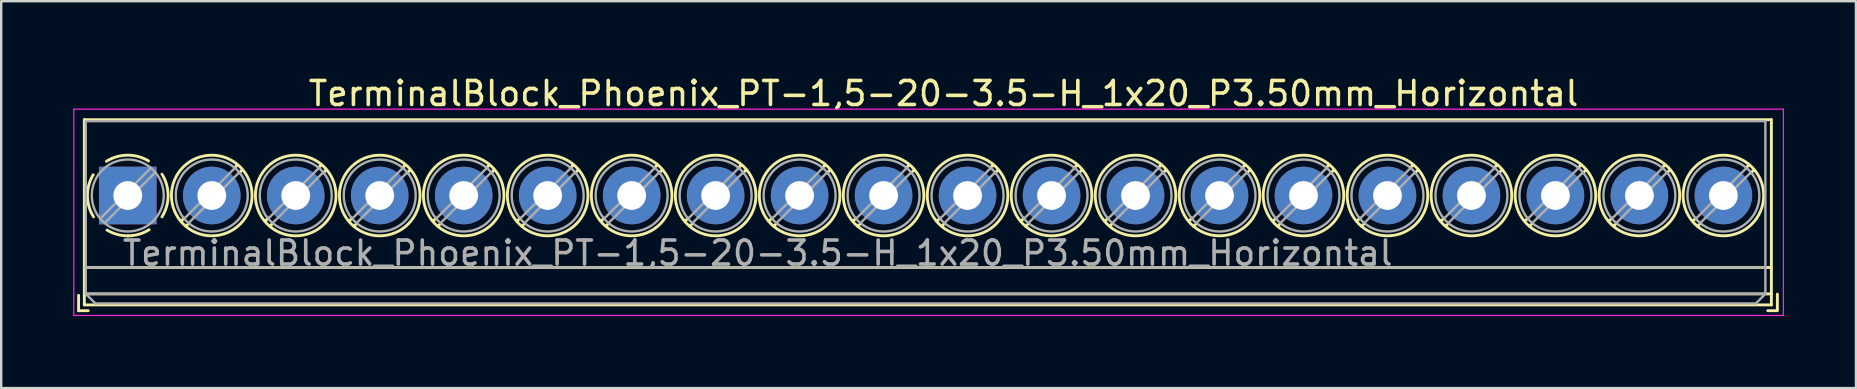
<source format=kicad_pcb>
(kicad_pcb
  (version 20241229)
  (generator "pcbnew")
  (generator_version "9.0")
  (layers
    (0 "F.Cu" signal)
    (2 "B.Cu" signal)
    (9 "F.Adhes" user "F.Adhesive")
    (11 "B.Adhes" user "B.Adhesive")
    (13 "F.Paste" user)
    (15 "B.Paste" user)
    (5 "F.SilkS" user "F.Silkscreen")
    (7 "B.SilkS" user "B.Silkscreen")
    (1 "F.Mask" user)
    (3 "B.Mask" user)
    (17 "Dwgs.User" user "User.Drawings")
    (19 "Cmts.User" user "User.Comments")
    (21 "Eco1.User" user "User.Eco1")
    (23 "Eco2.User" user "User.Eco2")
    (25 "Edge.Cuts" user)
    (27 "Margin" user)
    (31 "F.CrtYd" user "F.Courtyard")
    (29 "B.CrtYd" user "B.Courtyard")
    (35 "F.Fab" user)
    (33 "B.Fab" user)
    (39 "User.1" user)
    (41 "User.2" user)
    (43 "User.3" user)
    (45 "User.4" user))
  (footprint "TerminalBlock_Phoenix_PT-1,5-20-3.5-H_1x20_P3.50mm_Horizontal"
    (layer "F.Cu")
    (at 2.275 5.098)
    (property "Reference" "TerminalBlock_Phoenix_PT-1,5-20-3.5-H_1x20_P3.50mm_Horizontal" (at 34 -4.25 0) (layer "F.SilkS") (effects (font (size 1 1) (thickness 0.15))))
    (attr through_hole)
    (fp_line (start -2.05 4.16) (end -2.05 4.8) (stroke (width 0.12) (type solid)) (layer "F.SilkS"))
    (fp_line (start -2.05 4.8) (end -1.65 4.8) (stroke (width 0.12) (type solid)) (layer "F.SilkS"))
    (fp_line (start -1.81 -3.16) (end -1.81 4.56) (stroke (width 0.12) (type solid)) (layer "F.SilkS"))
    (fp_line (start -1.81 -3.16) (end 68.5 -3.16) (stroke (width 0.12) (type solid)) (layer "F.SilkS"))
    (fp_line (start -1.81 3) (end 68.5 3) (stroke (width 0.12) (type solid)) (layer "F.SilkS"))
    (fp_line (start -1.81 4.1) (end 68.5 4.1) (stroke (width 0.12) (type solid)) (layer "F.SilkS"))
    (fp_line (start -1.81 4.56) (end 68.5 4.56) (stroke (width 0.12) (type solid)) (layer "F.SilkS"))
    (fp_line (start 2.355 0.941) (end 2.226 1.069) (stroke (width 0.12) (type solid)) (layer "F.SilkS"))
    (fp_line (start 2.525 1.181) (end 2.431 1.274) (stroke (width 0.12) (type solid)) (layer "F.SilkS"))
    (fp_line (start 4.57 -1.275) (end 4.476 -1.181) (stroke (width 0.12) (type solid)) (layer "F.SilkS"))
    (fp_line (start 4.775 -1.069) (end 4.646 -0.941) (stroke (width 0.12) (type solid)) (layer "F.SilkS"))
    (fp_line (start 5.855 0.941) (end 5.726 1.069) (stroke (width 0.12) (type solid)) (layer "F.SilkS"))
    (fp_line (start 6.025 1.181) (end 5.931 1.274) (stroke (width 0.12) (type solid)) (layer "F.SilkS"))
    (fp_line (start 8.07 -1.275) (end 7.976 -1.181) (stroke (width 0.12) (type solid)) (layer "F.SilkS"))
    (fp_line (start 8.275 -1.069) (end 8.146 -0.941) (stroke (width 0.12) (type solid)) (layer "F.SilkS"))
    (fp_line (start 9.355 0.941) (end 9.226 1.069) (stroke (width 0.12) (type solid)) (layer "F.SilkS"))
    (fp_line (start 9.525 1.181) (end 9.431 1.274) (stroke (width 0.12) (type solid)) (layer "F.SilkS"))
    (fp_line (start 11.57 -1.275) (end 11.476 -1.181) (stroke (width 0.12) (type solid)) (layer "F.SilkS"))
    (fp_line (start 11.775 -1.069) (end 11.646 -0.941) (stroke (width 0.12) (type solid)) (layer "F.SilkS"))
    (fp_line (start 12.855 0.941) (end 12.726 1.069) (stroke (width 0.12) (type solid)) (layer "F.SilkS"))
    (fp_line (start 13.025 1.181) (end 12.931 1.274) (stroke (width 0.12) (type solid)) (layer "F.SilkS"))
    (fp_line (start 15.07 -1.275) (end 14.976 -1.181) (stroke (width 0.12) (type solid)) (layer "F.SilkS"))
    (fp_line (start 15.275 -1.069) (end 15.146 -0.941) (stroke (width 0.12) (type solid)) (layer "F.SilkS"))
    (fp_line (start 16.355 0.941) (end 16.226 1.069) (stroke (width 0.12) (type solid)) (layer "F.SilkS"))
    (fp_line (start 16.525 1.181) (end 16.431 1.274) (stroke (width 0.12) (type solid)) (layer "F.SilkS"))
    (fp_line (start 18.57 -1.275) (end 18.476 -1.181) (stroke (width 0.12) (type solid)) (layer "F.SilkS"))
    (fp_line (start 18.775 -1.069) (end 18.646 -0.941) (stroke (width 0.12) (type solid)) (layer "F.SilkS"))
    (fp_line (start 19.855 0.941) (end 19.726 1.069) (stroke (width 0.12) (type solid)) (layer "F.SilkS"))
    (fp_line (start 20.025 1.181) (end 19.931 1.274) (stroke (width 0.12) (type solid)) (layer "F.SilkS"))
    (fp_line (start 22.07 -1.275) (end 21.976 -1.181) (stroke (width 0.12) (type solid)) (layer "F.SilkS"))
    (fp_line (start 22.275 -1.069) (end 22.146 -0.941) (stroke (width 0.12) (type solid)) (layer "F.SilkS"))
    (fp_line (start 23.355 0.941) (end 23.226 1.069) (stroke (width 0.12) (type solid)) (layer "F.SilkS"))
    (fp_line (start 23.525 1.181) (end 23.431 1.274) (stroke (width 0.12) (type solid)) (layer "F.SilkS"))
    (fp_line (start 25.57 -1.275) (end 25.476 -1.181) (stroke (width 0.12) (type solid)) (layer "F.SilkS"))
    (fp_line (start 25.775 -1.069) (end 25.646 -0.941) (stroke (width 0.12) (type solid)) (layer "F.SilkS"))
    (fp_line (start 26.855 0.941) (end 26.726 1.069) (stroke (width 0.12) (type solid)) (layer "F.SilkS"))
    (fp_line (start 27.025 1.181) (end 26.931 1.274) (stroke (width 0.12) (type solid)) (layer "F.SilkS"))
    (fp_line (start 29.07 -1.275) (end 28.976 -1.181) (stroke (width 0.12) (type solid)) (layer "F.SilkS"))
    (fp_line (start 29.275 -1.069) (end 29.146 -0.941) (stroke (width 0.12) (type solid)) (layer "F.SilkS"))
    (fp_line (start 30.355 0.941) (end 30.226 1.069) (stroke (width 0.12) (type solid)) (layer "F.SilkS"))
    (fp_line (start 30.525 1.181) (end 30.431 1.274) (stroke (width 0.12) (type solid)) (layer "F.SilkS"))
    (fp_line (start 32.57 -1.275) (end 32.476 -1.181) (stroke (width 0.12) (type solid)) (layer "F.SilkS"))
    (fp_line (start 32.775 -1.069) (end 32.646 -0.941) (stroke (width 0.12) (type solid)) (layer "F.SilkS"))
    (fp_line (start 33.855 0.941) (end 33.726 1.069) (stroke (width 0.12) (type solid)) (layer "F.SilkS"))
    (fp_line (start 34.025 1.181) (end 33.931 1.274) (stroke (width 0.12) (type solid)) (layer "F.SilkS"))
    (fp_line (start 36.07 -1.275) (end 35.976 -1.181) (stroke (width 0.12) (type solid)) (layer "F.SilkS"))
    (fp_line (start 36.275 -1.069) (end 36.146 -0.941) (stroke (width 0.12) (type solid)) (layer "F.SilkS"))
    (fp_line (start 37.355 0.941) (end 37.226 1.069) (stroke (width 0.12) (type solid)) (layer "F.SilkS"))
    (fp_line (start 37.525 1.181) (end 37.431 1.274) (stroke (width 0.12) (type solid)) (layer "F.SilkS"))
    (fp_line (start 39.57 -1.275) (end 39.476 -1.181) (stroke (width 0.12) (type solid)) (layer "F.SilkS"))
    (fp_line (start 39.775 -1.069) (end 39.646 -0.941) (stroke (width 0.12) (type solid)) (layer "F.SilkS"))
    (fp_line (start 40.855 0.941) (end 40.726 1.069) (stroke (width 0.12) (type solid)) (layer "F.SilkS"))
    (fp_line (start 41.025 1.181) (end 40.931 1.274) (stroke (width 0.12) (type solid)) (layer "F.SilkS"))
    (fp_line (start 43.07 -1.275) (end 42.976 -1.181) (stroke (width 0.12) (type solid)) (layer "F.SilkS"))
    (fp_line (start 43.275 -1.069) (end 43.146 -0.941) (stroke (width 0.12) (type solid)) (layer "F.SilkS"))
    (fp_line (start 44.355 0.941) (end 44.226 1.069) (stroke (width 0.12) (type solid)) (layer "F.SilkS"))
    (fp_line (start 44.525 1.181) (end 44.431 1.274) (stroke (width 0.12) (type solid)) (layer "F.SilkS"))
    (fp_line (start 46.57 -1.275) (end 46.476 -1.181) (stroke (width 0.12) (type solid)) (layer "F.SilkS"))
    (fp_line (start 46.775 -1.069) (end 46.646 -0.941) (stroke (width 0.12) (type solid)) (layer "F.SilkS"))
    (fp_line (start 47.855 0.941) (end 47.726 1.069) (stroke (width 0.12) (type solid)) (layer "F.SilkS"))
    (fp_line (start 48.025 1.181) (end 47.931 1.274) (stroke (width 0.12) (type solid)) (layer "F.SilkS"))
    (fp_line (start 50.07 -1.275) (end 49.976 -1.181) (stroke (width 0.12) (type solid)) (layer "F.SilkS"))
    (fp_line (start 50.275 -1.069) (end 50.146 -0.941) (stroke (width 0.12) (type solid)) (layer "F.SilkS"))
    (fp_line (start 51.355 0.941) (end 51.226 1.069) (stroke (width 0.12) (type solid)) (layer "F.SilkS"))
    (fp_line (start 51.525 1.181) (end 51.431 1.274) (stroke (width 0.12) (type solid)) (layer "F.SilkS"))
    (fp_line (start 53.57 -1.275) (end 53.476 -1.181) (stroke (width 0.12) (type solid)) (layer "F.SilkS"))
    (fp_line (start 53.775 -1.069) (end 53.646 -0.941) (stroke (width 0.12) (type solid)) (layer "F.SilkS"))
    (fp_line (start 54.855 0.941) (end 54.726 1.069) (stroke (width 0.12) (type solid)) (layer "F.SilkS"))
    (fp_line (start 55.025 1.181) (end 54.931 1.274) (stroke (width 0.12) (type solid)) (layer "F.SilkS"))
    (fp_line (start 57.07 -1.275) (end 56.976 -1.181) (stroke (width 0.12) (type solid)) (layer "F.SilkS"))
    (fp_line (start 57.275 -1.069) (end 57.146 -0.941) (stroke (width 0.12) (type solid)) (layer "F.SilkS"))
    (fp_line (start 58.355 0.941) (end 58.226 1.069) (stroke (width 0.12) (type solid)) (layer "F.SilkS"))
    (fp_line (start 58.525 1.181) (end 58.431 1.274) (stroke (width 0.12) (type solid)) (layer "F.SilkS"))
    (fp_line (start 60.57 -1.275) (end 60.476 -1.181) (stroke (width 0.12) (type solid)) (layer "F.SilkS"))
    (fp_line (start 60.775 -1.069) (end 60.646 -0.941) (stroke (width 0.12) (type solid)) (layer "F.SilkS"))
    (fp_line (start 61.855 0.941) (end 61.726 1.069) (stroke (width 0.12) (type solid)) (layer "F.SilkS"))
    (fp_line (start 62.025 1.181) (end 61.931 1.274) (stroke (width 0.12) (type solid)) (layer "F.SilkS"))
    (fp_line (start 64.07 -1.275) (end 63.976 -1.181) (stroke (width 0.12) (type solid)) (layer "F.SilkS"))
    (fp_line (start 64.275 -1.069) (end 64.146 -0.941) (stroke (width 0.12) (type solid)) (layer "F.SilkS"))
    (fp_line (start 65.355 0.941) (end 65.226 1.069) (stroke (width 0.12) (type solid)) (layer "F.SilkS"))
    (fp_line (start 65.525 1.181) (end 65.431 1.274) (stroke (width 0.12) (type solid)) (layer "F.SilkS"))
    (fp_line (start 67.57 -1.275) (end 67.476 -1.181) (stroke (width 0.12) (type solid)) (layer "F.SilkS"))
    (fp_line (start 67.775 -1.069) (end 67.646 -0.941) (stroke (width 0.12) (type solid)) (layer "F.SilkS"))
    (fp_line (start 68.5 -3.16) (end 68.5 4.56) (stroke (width 0.12) (type solid)) (layer "F.SilkS"))
    (fp_line (start 68.75 4.11) (end 68.75 4.75) (stroke (width 0.12) (type solid)) (layer "F.SilkS"))
    (fp_line (start 68.75 4.8) (end 68.35 4.8) (stroke (width 0.12) (type solid)) (layer "F.SilkS"))
    (fp_arc (start -1.425358 0.889894) (mid -1.680286 0.014012) (end -1.44 -0.866) (stroke (width 0.12) (type solid)) (layer "F.SilkS"))
    (fp_arc (start -0.889894 -1.425358) (mid -0.014012 -1.680286) (end 0.866 -1.44) (stroke (width 0.12) (type solid)) (layer "F.SilkS"))
    (fp_arc (start 0.028674 1.680099) (mid -0.435535 1.622918) (end -0.866 1.44) (stroke (width 0.12) (type solid)) (layer "F.SilkS"))
    (fp_arc (start 0.890264 1.424721) (mid 0.463071 1.61492) (end 0 1.68) (stroke (width 0.12) (type solid)) (layer "F.SilkS"))
    (fp_arc (start 1.425504 -0.890193) (mid 1.680626 0.000476) (end 1.425 0.891) (stroke (width 0.12) (type solid)) (layer "F.SilkS"))
    (fp_circle (center 3.5 0) (end 5.18 0) (stroke (width 0.12) (type solid)) (fill no) (layer "F.SilkS"))
    (fp_circle (center 7 0) (end 8.68 0) (stroke (width 0.12) (type solid)) (fill no) (layer "F.SilkS"))
    (fp_circle (center 10.5 0) (end 12.18 0) (stroke (width 0.12) (type solid)) (fill no) (layer "F.SilkS"))
    (fp_circle (center 14 0) (end 15.68 0) (stroke (width 0.12) (type solid)) (fill no) (layer "F.SilkS"))
    (fp_circle (center 17.5 0) (end 19.18 0) (stroke (width 0.12) (type solid)) (fill no) (layer "F.SilkS"))
    (fp_circle (center 21 0) (end 22.68 0) (stroke (width 0.12) (type solid)) (fill no) (layer "F.SilkS"))
    (fp_circle (center 24.5 0) (end 26.18 0) (stroke (width 0.12) (type solid)) (fill no) (layer "F.SilkS"))
    (fp_circle (center 28 0) (end 29.68 0) (stroke (width 0.12) (type solid)) (fill no) (layer "F.SilkS"))
    (fp_circle (center 31.5 0) (end 33.18 0) (stroke (width 0.12) (type solid)) (fill no) (layer "F.SilkS"))
    (fp_circle (center 35 0) (end 36.68 0) (stroke (width 0.12) (type solid)) (fill no) (layer "F.SilkS"))
    (fp_circle (center 38.5 0) (end 40.18 0) (stroke (width 0.12) (type solid)) (fill no) (layer "F.SilkS"))
    (fp_circle (center 42 0) (end 43.68 0) (stroke (width 0.12) (type solid)) (fill no) (layer "F.SilkS"))
    (fp_circle (center 45.5 0) (end 47.18 0) (stroke (width 0.12) (type solid)) (fill no) (layer "F.SilkS"))
    (fp_circle (center 49 0) (end 50.68 0) (stroke (width 0.12) (type solid)) (fill no) (layer "F.SilkS"))
    (fp_circle (center 52.5 0) (end 54.18 0) (stroke (width 0.12) (type solid)) (fill no) (layer "F.SilkS"))
    (fp_circle (center 56 0) (end 57.68 0) (stroke (width 0.12) (type solid)) (fill no) (layer "F.SilkS"))
    (fp_circle (center 59.5 0) (end 61.18 0) (stroke (width 0.12) (type solid)) (fill no) (layer "F.SilkS"))
    (fp_circle (center 63 0) (end 64.68 0) (stroke (width 0.12) (type solid)) (fill no) (layer "F.SilkS"))
    (fp_circle (center 66.5 0) (end 68.18 0) (stroke (width 0.12) (type solid)) (fill no) (layer "F.SilkS"))
    (fp_line (start -2.25 -3.6) (end -2.25 5) (stroke (width 0.05) (type solid)) (layer "F.CrtYd"))
    (fp_line (start -2.25 5) (end 69 5) (stroke (width 0.05) (type solid)) (layer "F.CrtYd"))
    (fp_line (start 69 -3.6) (end -2.25 -3.6) (stroke (width 0.05) (type solid)) (layer "F.CrtYd"))
    (fp_line (start 69 5) (end 69 -3.6) (stroke (width 0.05) (type solid)) (layer "F.CrtYd"))
    (fp_line (start -1.75 -3.1) (end 68.25 -3.1) (stroke (width 0.1) (type solid)) (layer "F.Fab"))
    (fp_line (start -1.75 3) (end 68.25 3) (stroke (width 0.1) (type solid)) (layer "F.Fab"))
    (fp_line (start -1.75 4.1) (end -1.75 -3.1) (stroke (width 0.1) (type solid)) (layer "F.Fab"))
    (fp_line (start -1.75 4.1) (end 68.25 4.1) (stroke (width 0.1) (type solid)) (layer "F.Fab"))
    (fp_line (start -1.35 4.5) (end -1.75 4.1) (stroke (width 0.1) (type solid)) (layer "F.Fab"))
    (fp_line (start 0.955 -1.138) (end -1.138 0.955) (stroke (width 0.1) (type solid)) (layer "F.Fab"))
    (fp_line (start 1.138 -0.955) (end -0.955 1.138) (stroke (width 0.1) (type solid)) (layer "F.Fab"))
    (fp_line (start 4.455 -1.138) (end 2.363 0.955) (stroke (width 0.1) (type solid)) (layer "F.Fab"))
    (fp_line (start 4.638 -0.955) (end 2.546 1.138) (stroke (width 0.1) (type solid)) (layer "F.Fab"))
    (fp_line (start 7.955 -1.138) (end 5.863 0.955) (stroke (width 0.1) (type solid)) (layer "F.Fab"))
    (fp_line (start 8.138 -0.955) (end 6.046 1.138) (stroke (width 0.1) (type solid)) (layer "F.Fab"))
    (fp_line (start 11.455 -1.138) (end 9.363 0.955) (stroke (width 0.1) (type solid)) (layer "F.Fab"))
    (fp_line (start 11.638 -0.955) (end 9.546 1.138) (stroke (width 0.1) (type solid)) (layer "F.Fab"))
    (fp_line (start 14.955 -1.138) (end 12.863 0.955) (stroke (width 0.1) (type solid)) (layer "F.Fab"))
    (fp_line (start 15.138 -0.955) (end 13.046 1.138) (stroke (width 0.1) (type solid)) (layer "F.Fab"))
    (fp_line (start 18.455 -1.138) (end 16.363 0.955) (stroke (width 0.1) (type solid)) (layer "F.Fab"))
    (fp_line (start 18.638 -0.955) (end 16.546 1.138) (stroke (width 0.1) (type solid)) (layer "F.Fab"))
    (fp_line (start 21.955 -1.138) (end 19.863 0.955) (stroke (width 0.1) (type solid)) (layer "F.Fab"))
    (fp_line (start 22.138 -0.955) (end 20.046 1.138) (stroke (width 0.1) (type solid)) (layer "F.Fab"))
    (fp_line (start 25.455 -1.138) (end 23.363 0.955) (stroke (width 0.1) (type solid)) (layer "F.Fab"))
    (fp_line (start 25.638 -0.955) (end 23.546 1.138) (stroke (width 0.1) (type solid)) (layer "F.Fab"))
    (fp_line (start 28.955 -1.138) (end 26.863 0.955) (stroke (width 0.1) (type solid)) (layer "F.Fab"))
    (fp_line (start 29.138 -0.955) (end 27.046 1.138) (stroke (width 0.1) (type solid)) (layer "F.Fab"))
    (fp_line (start 32.455 -1.138) (end 30.363 0.955) (stroke (width 0.1) (type solid)) (layer "F.Fab"))
    (fp_line (start 32.638 -0.955) (end 30.546 1.138) (stroke (width 0.1) (type solid)) (layer "F.Fab"))
    (fp_line (start 35.955 -1.138) (end 33.863 0.955) (stroke (width 0.1) (type solid)) (layer "F.Fab"))
    (fp_line (start 36.138 -0.955) (end 34.046 1.138) (stroke (width 0.1) (type solid)) (layer "F.Fab"))
    (fp_line (start 39.455 -1.138) (end 37.363 0.955) (stroke (width 0.1) (type solid)) (layer "F.Fab"))
    (fp_line (start 39.638 -0.955) (end 37.546 1.138) (stroke (width 0.1) (type solid)) (layer "F.Fab"))
    (fp_line (start 42.955 -1.138) (end 40.863 0.955) (stroke (width 0.1) (type solid)) (layer "F.Fab"))
    (fp_line (start 43.138 -0.955) (end 41.046 1.138) (stroke (width 0.1) (type solid)) (layer "F.Fab"))
    (fp_line (start 46.455 -1.138) (end 44.363 0.955) (stroke (width 0.1) (type solid)) (layer "F.Fab"))
    (fp_line (start 46.638 -0.955) (end 44.546 1.138) (stroke (width 0.1) (type solid)) (layer "F.Fab"))
    (fp_line (start 49.955 -1.138) (end 47.863 0.955) (stroke (width 0.1) (type solid)) (layer "F.Fab"))
    (fp_line (start 50.138 -0.955) (end 48.046 1.138) (stroke (width 0.1) (type solid)) (layer "F.Fab"))
    (fp_line (start 53.455 -1.138) (end 51.363 0.955) (stroke (width 0.1) (type solid)) (layer "F.Fab"))
    (fp_line (start 53.638 -0.955) (end 51.546 1.138) (stroke (width 0.1) (type solid)) (layer "F.Fab"))
    (fp_line (start 56.955 -1.138) (end 54.863 0.955) (stroke (width 0.1) (type solid)) (layer "F.Fab"))
    (fp_line (start 57.138 -0.955) (end 55.046 1.138) (stroke (width 0.1) (type solid)) (layer "F.Fab"))
    (fp_line (start 60.455 -1.138) (end 58.363 0.955) (stroke (width 0.1) (type solid)) (layer "F.Fab"))
    (fp_line (start 60.638 -0.955) (end 58.546 1.138) (stroke (width 0.1) (type solid)) (layer "F.Fab"))
    (fp_line (start 63.955 -1.138) (end 61.863 0.955) (stroke (width 0.1) (type solid)) (layer "F.Fab"))
    (fp_line (start 64.138 -0.955) (end 62.046 1.138) (stroke (width 0.1) (type solid)) (layer "F.Fab"))
    (fp_line (start 67.455 -1.138) (end 65.363 0.955) (stroke (width 0.1) (type solid)) (layer "F.Fab"))
    (fp_line (start 67.638 -0.955) (end 65.546 1.138) (stroke (width 0.1) (type solid)) (layer "F.Fab"))
    (fp_line (start 67.85 4.5) (end -1.35 4.5) (stroke (width 0.1) (type solid)) (layer "F.Fab"))
    (fp_line (start 67.85 4.5) (end 68.25 4.1) (stroke (width 0.1) (type solid)) (layer "F.Fab"))
    (fp_line (start 68.25 -3.1) (end 68.25 4.1) (stroke (width 0.1) (type solid)) (layer "F.Fab"))
    (fp_circle (center 0 0) (end 1.5 0) (stroke (width 0.1) (type solid)) (fill no) (layer "F.Fab"))
    (fp_circle (center 3.5 0) (end 5 0) (stroke (width 0.1) (type solid)) (fill no) (layer "F.Fab"))
    (fp_circle (center 7 0) (end 8.5 0) (stroke (width 0.1) (type solid)) (fill no) (layer "F.Fab"))
    (fp_circle (center 10.5 0) (end 12 0) (stroke (width 0.1) (type solid)) (fill no) (layer "F.Fab"))
    (fp_circle (center 14 0) (end 15.5 0) (stroke (width 0.1) (type solid)) (fill no) (layer "F.Fab"))
    (fp_circle (center 17.5 0) (end 19 0) (stroke (width 0.1) (type solid)) (fill no) (layer "F.Fab"))
    (fp_circle (center 21 0) (end 22.5 0) (stroke (width 0.1) (type solid)) (fill no) (layer "F.Fab"))
    (fp_circle (center 24.5 0) (end 26 0) (stroke (width 0.1) (type solid)) (fill no) (layer "F.Fab"))
    (fp_circle (center 28 0) (end 29.5 0) (stroke (width 0.1) (type solid)) (fill no) (layer "F.Fab"))
    (fp_circle (center 31.5 0) (end 33 0) (stroke (width 0.1) (type solid)) (fill no) (layer "F.Fab"))
    (fp_circle (center 35 0) (end 36.5 0) (stroke (width 0.1) (type solid)) (fill no) (layer "F.Fab"))
    (fp_circle (center 38.5 0) (end 40 0) (stroke (width 0.1) (type solid)) (fill no) (layer "F.Fab"))
    (fp_circle (center 42 0) (end 43.5 0) (stroke (width 0.1) (type solid)) (fill no) (layer "F.Fab"))
    (fp_circle (center 45.5 0) (end 47 0) (stroke (width 0.1) (type solid)) (fill no) (layer "F.Fab"))
    (fp_circle (center 49 0) (end 50.5 0) (stroke (width 0.1) (type solid)) (fill no) (layer "F.Fab"))
    (fp_circle (center 52.5 0) (end 54 0) (stroke (width 0.1) (type solid)) (fill no) (layer "F.Fab"))
    (fp_circle (center 56 0) (end 57.5 0) (stroke (width 0.1) (type solid)) (fill no) (layer "F.Fab"))
    (fp_circle (center 59.5 0) (end 61 0) (stroke (width 0.1) (type solid)) (fill no) (layer "F.Fab"))
    (fp_circle (center 63 0) (end 64.5 0) (stroke (width 0.1) (type solid)) (fill no) (layer "F.Fab"))
    (fp_circle (center 66.5 0) (end 68 0) (stroke (width 0.1) (type solid)) (fill no) (layer "F.Fab"))
    (fp_text user "${REFERENCE}" (at 26.25 2.4 0) (layer "F.Fab") (effects (font (size 1 1) (thickness 0.15))))
    (pad "1" thru_hole rect (at 0 0) (size 2.4 2.4) (drill 1.2) (layers "*.Cu" "*.Mask"))
    (pad "2" thru_hole circle (at 3.5 0) (size 2.4 2.4) (drill 1.2) (layers "*.Cu" "*.Mask"))
    (pad "3" thru_hole circle (at 7 0) (size 2.4 2.4) (drill 1.2) (layers "*.Cu" "*.Mask"))
    (pad "4" thru_hole circle (at 10.5 0) (size 2.4 2.4) (drill 1.2) (layers "*.Cu" "*.Mask"))
    (pad "5" thru_hole circle (at 14 0) (size 2.4 2.4) (drill 1.2) (layers "*.Cu" "*.Mask"))
    (pad "6" thru_hole circle (at 17.5 0) (size 2.4 2.4) (drill 1.2) (layers "*.Cu" "*.Mask"))
    (pad "7" thru_hole circle (at 21 0) (size 2.4 2.4) (drill 1.2) (layers "*.Cu" "*.Mask"))
    (pad "8" thru_hole circle (at 24.5 0) (size 2.4 2.4) (drill 1.2) (layers "*.Cu" "*.Mask"))
    (pad "9" thru_hole circle (at 28 0) (size 2.4 2.4) (drill 1.2) (layers "*.Cu" "*.Mask"))
    (pad "10" thru_hole circle (at 31.5 0) (size 2.4 2.4) (drill 1.2) (layers "*.Cu" "*.Mask"))
    (pad "11" thru_hole circle (at 35 0) (size 2.4 2.4) (drill 1.2) (layers "*.Cu" "*.Mask"))
    (pad "12" thru_hole circle (at 38.5 0) (size 2.4 2.4) (drill 1.2) (layers "*.Cu" "*.Mask"))
    (pad "13" thru_hole circle (at 42 0) (size 2.4 2.4) (drill 1.2) (layers "*.Cu" "*.Mask"))
    (pad "14" thru_hole circle (at 45.5 0) (size 2.4 2.4) (drill 1.2) (layers "*.Cu" "*.Mask"))
    (pad "15" thru_hole circle (at 49 0) (size 2.4 2.4) (drill 1.2) (layers "*.Cu" "*.Mask"))
    (pad "16" thru_hole circle (at 52.5 0) (size 2.4 2.4) (drill 1.2) (layers "*.Cu" "*.Mask"))
    (pad "17" thru_hole circle (at 56 0) (size 2.4 2.4) (drill 1.2) (layers "*.Cu" "*.Mask"))
    (pad "18" thru_hole circle (at 59.5 0) (size 2.4 2.4) (drill 1.2) (layers "*.Cu" "*.Mask"))
    (pad "19" thru_hole circle (at 63 0) (size 2.4 2.4) (drill 1.2) (layers "*.Cu" "*.Mask"))
    (pad "20" thru_hole circle (at 66.5 0) (size 2.4 2.4) (drill 1.2) (layers "*.Cu" "*.Mask")))
  (gr_rect
    (start -3 -3)
    (end 74.3 13.123)
    (stroke (width 0.1) (type default))
    (fill no)
    (layer "Edge.Cuts")))
</source>
